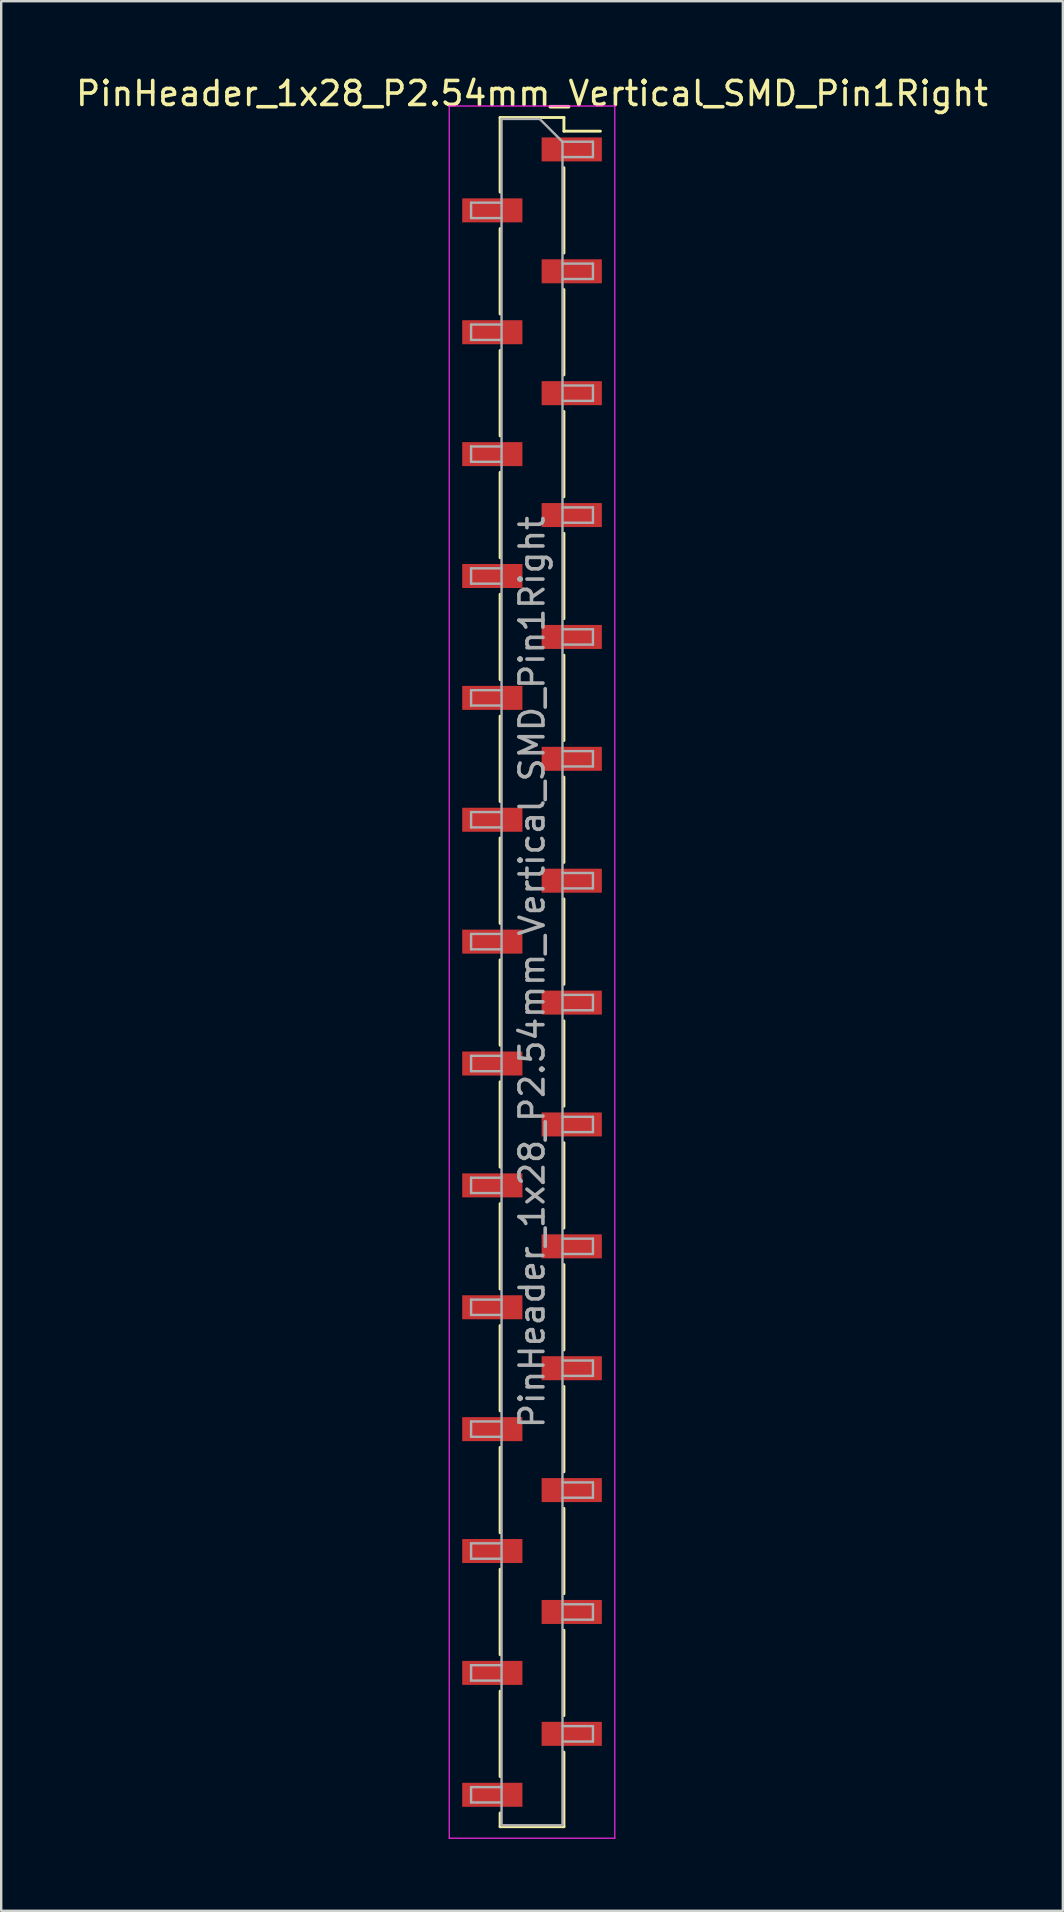
<source format=kicad_pcb>
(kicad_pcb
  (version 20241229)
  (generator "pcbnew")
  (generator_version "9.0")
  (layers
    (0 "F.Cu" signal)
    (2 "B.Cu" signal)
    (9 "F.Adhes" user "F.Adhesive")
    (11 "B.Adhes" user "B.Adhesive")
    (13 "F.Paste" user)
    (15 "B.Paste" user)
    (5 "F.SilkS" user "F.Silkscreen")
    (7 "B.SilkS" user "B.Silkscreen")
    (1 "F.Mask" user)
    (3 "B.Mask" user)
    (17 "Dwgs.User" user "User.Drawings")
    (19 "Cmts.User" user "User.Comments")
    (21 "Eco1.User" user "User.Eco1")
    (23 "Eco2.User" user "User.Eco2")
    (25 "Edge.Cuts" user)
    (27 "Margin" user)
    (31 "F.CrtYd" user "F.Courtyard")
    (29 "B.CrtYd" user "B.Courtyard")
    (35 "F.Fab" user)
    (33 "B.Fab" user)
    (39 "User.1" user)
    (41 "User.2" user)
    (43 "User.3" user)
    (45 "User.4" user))
  (footprint "PinHeader_1x28_P2.54mm_Vertical_SMD_Pin1Right"
    (layer "F.Cu")
    (at 19.125 37.468)
    (property "Reference" "PinHeader_1x28_P2.54mm_Vertical_SMD_Pin1Right" (at 0 -36.62 0) (layer "F.SilkS") (effects (font (size 1 1) (thickness 0.15))))
    (attr smd)
    (fp_line (start -1.33 -35.62) (end -1.33 -32.51) (stroke (width 0.12) (type solid)) (layer "F.SilkS"))
    (fp_line (start -1.33 -35.62) (end 1.33 -35.62) (stroke (width 0.12) (type solid)) (layer "F.SilkS"))
    (fp_line (start -1.33 -30.99) (end -1.33 -27.43) (stroke (width 0.12) (type solid)) (layer "F.SilkS"))
    (fp_line (start -1.33 -25.91) (end -1.33 -22.35) (stroke (width 0.12) (type solid)) (layer "F.SilkS"))
    (fp_line (start -1.33 -20.83) (end -1.33 -17.27) (stroke (width 0.12) (type solid)) (layer "F.SilkS"))
    (fp_line (start -1.33 -15.75) (end -1.33 -12.19) (stroke (width 0.12) (type solid)) (layer "F.SilkS"))
    (fp_line (start -1.33 -10.67) (end -1.33 -7.11) (stroke (width 0.12) (type solid)) (layer "F.SilkS"))
    (fp_line (start -1.33 -5.59) (end -1.33 -2.03) (stroke (width 0.12) (type solid)) (layer "F.SilkS"))
    (fp_line (start -1.33 -0.51) (end -1.33 3.05) (stroke (width 0.12) (type solid)) (layer "F.SilkS"))
    (fp_line (start -1.33 4.57) (end -1.33 8.13) (stroke (width 0.12) (type solid)) (layer "F.SilkS"))
    (fp_line (start -1.33 9.65) (end -1.33 13.21) (stroke (width 0.12) (type solid)) (layer "F.SilkS"))
    (fp_line (start -1.33 14.73) (end -1.33 18.29) (stroke (width 0.12) (type solid)) (layer "F.SilkS"))
    (fp_line (start -1.33 19.81) (end -1.33 23.37) (stroke (width 0.12) (type solid)) (layer "F.SilkS"))
    (fp_line (start -1.33 24.89) (end -1.33 28.45) (stroke (width 0.12) (type solid)) (layer "F.SilkS"))
    (fp_line (start -1.33 29.97) (end -1.33 33.53) (stroke (width 0.12) (type solid)) (layer "F.SilkS"))
    (fp_line (start -1.33 35.05) (end -1.33 35.62) (stroke (width 0.12) (type solid)) (layer "F.SilkS"))
    (fp_line (start -1.33 35.62) (end 1.33 35.62) (stroke (width 0.12) (type solid)) (layer "F.SilkS"))
    (fp_line (start 1.33 -35.62) (end 1.33 -35.05) (stroke (width 0.12) (type solid)) (layer "F.SilkS"))
    (fp_line (start 1.33 -35.05) (end 2.85 -35.05) (stroke (width 0.12) (type solid)) (layer "F.SilkS"))
    (fp_line (start 1.33 -33.53) (end 1.33 -29.97) (stroke (width 0.12) (type solid)) (layer "F.SilkS"))
    (fp_line (start 1.33 -28.45) (end 1.33 -24.89) (stroke (width 0.12) (type solid)) (layer "F.SilkS"))
    (fp_line (start 1.33 -23.37) (end 1.33 -19.81) (stroke (width 0.12) (type solid)) (layer "F.SilkS"))
    (fp_line (start 1.33 -18.29) (end 1.33 -14.73) (stroke (width 0.12) (type solid)) (layer "F.SilkS"))
    (fp_line (start 1.33 -13.21) (end 1.33 -9.65) (stroke (width 0.12) (type solid)) (layer "F.SilkS"))
    (fp_line (start 1.33 -8.13) (end 1.33 -4.57) (stroke (width 0.12) (type solid)) (layer "F.SilkS"))
    (fp_line (start 1.33 -3.05) (end 1.33 0.51) (stroke (width 0.12) (type solid)) (layer "F.SilkS"))
    (fp_line (start 1.33 2.03) (end 1.33 5.59) (stroke (width 0.12) (type solid)) (layer "F.SilkS"))
    (fp_line (start 1.33 7.11) (end 1.33 10.67) (stroke (width 0.12) (type solid)) (layer "F.SilkS"))
    (fp_line (start 1.33 12.19) (end 1.33 15.75) (stroke (width 0.12) (type solid)) (layer "F.SilkS"))
    (fp_line (start 1.33 17.27) (end 1.33 20.83) (stroke (width 0.12) (type solid)) (layer "F.SilkS"))
    (fp_line (start 1.33 22.35) (end 1.33 25.91) (stroke (width 0.12) (type solid)) (layer "F.SilkS"))
    (fp_line (start 1.33 27.43) (end 1.33 30.99) (stroke (width 0.12) (type solid)) (layer "F.SilkS"))
    (fp_line (start 1.33 32.51) (end 1.33 35.62) (stroke (width 0.12) (type solid)) (layer "F.SilkS"))
    (fp_line (start -3.45 -36.1) (end -3.45 36.1) (stroke (width 0.05) (type solid)) (layer "F.CrtYd"))
    (fp_line (start -3.45 36.1) (end 3.45 36.1) (stroke (width 0.05) (type solid)) (layer "F.CrtYd"))
    (fp_line (start 3.45 -36.1) (end -3.45 -36.1) (stroke (width 0.05) (type solid)) (layer "F.CrtYd"))
    (fp_line (start 3.45 36.1) (end 3.45 -36.1) (stroke (width 0.05) (type solid)) (layer "F.CrtYd"))
    (fp_line (start -2.54 -32.07) (end -2.54 -31.43) (stroke (width 0.1) (type solid)) (layer "F.Fab"))
    (fp_line (start -2.54 -31.43) (end -1.27 -31.43) (stroke (width 0.1) (type solid)) (layer "F.Fab"))
    (fp_line (start -2.54 -26.99) (end -2.54 -26.35) (stroke (width 0.1) (type solid)) (layer "F.Fab"))
    (fp_line (start -2.54 -26.35) (end -1.27 -26.35) (stroke (width 0.1) (type solid)) (layer "F.Fab"))
    (fp_line (start -2.54 -21.91) (end -2.54 -21.27) (stroke (width 0.1) (type solid)) (layer "F.Fab"))
    (fp_line (start -2.54 -21.27) (end -1.27 -21.27) (stroke (width 0.1) (type solid)) (layer "F.Fab"))
    (fp_line (start -2.54 -16.83) (end -2.54 -16.19) (stroke (width 0.1) (type solid)) (layer "F.Fab"))
    (fp_line (start -2.54 -16.19) (end -1.27 -16.19) (stroke (width 0.1) (type solid)) (layer "F.Fab"))
    (fp_line (start -2.54 -11.75) (end -2.54 -11.11) (stroke (width 0.1) (type solid)) (layer "F.Fab"))
    (fp_line (start -2.54 -11.11) (end -1.27 -11.11) (stroke (width 0.1) (type solid)) (layer "F.Fab"))
    (fp_line (start -2.54 -6.67) (end -2.54 -6.03) (stroke (width 0.1) (type solid)) (layer "F.Fab"))
    (fp_line (start -2.54 -6.03) (end -1.27 -6.03) (stroke (width 0.1) (type solid)) (layer "F.Fab"))
    (fp_line (start -2.54 -1.59) (end -2.54 -0.95) (stroke (width 0.1) (type solid)) (layer "F.Fab"))
    (fp_line (start -2.54 -0.95) (end -1.27 -0.95) (stroke (width 0.1) (type solid)) (layer "F.Fab"))
    (fp_line (start -2.54 3.49) (end -2.54 4.13) (stroke (width 0.1) (type solid)) (layer "F.Fab"))
    (fp_line (start -2.54 4.13) (end -1.27 4.13) (stroke (width 0.1) (type solid)) (layer "F.Fab"))
    (fp_line (start -2.54 8.57) (end -2.54 9.21) (stroke (width 0.1) (type solid)) (layer "F.Fab"))
    (fp_line (start -2.54 9.21) (end -1.27 9.21) (stroke (width 0.1) (type solid)) (layer "F.Fab"))
    (fp_line (start -2.54 13.65) (end -2.54 14.29) (stroke (width 0.1) (type solid)) (layer "F.Fab"))
    (fp_line (start -2.54 14.29) (end -1.27 14.29) (stroke (width 0.1) (type solid)) (layer "F.Fab"))
    (fp_line (start -2.54 18.73) (end -2.54 19.37) (stroke (width 0.1) (type solid)) (layer "F.Fab"))
    (fp_line (start -2.54 19.37) (end -1.27 19.37) (stroke (width 0.1) (type solid)) (layer "F.Fab"))
    (fp_line (start -2.54 23.81) (end -2.54 24.45) (stroke (width 0.1) (type solid)) (layer "F.Fab"))
    (fp_line (start -2.54 24.45) (end -1.27 24.45) (stroke (width 0.1) (type solid)) (layer "F.Fab"))
    (fp_line (start -2.54 28.89) (end -2.54 29.53) (stroke (width 0.1) (type solid)) (layer "F.Fab"))
    (fp_line (start -2.54 29.53) (end -1.27 29.53) (stroke (width 0.1) (type solid)) (layer "F.Fab"))
    (fp_line (start -2.54 33.97) (end -2.54 34.61) (stroke (width 0.1) (type solid)) (layer "F.Fab"))
    (fp_line (start -2.54 34.61) (end -1.27 34.61) (stroke (width 0.1) (type solid)) (layer "F.Fab"))
    (fp_line (start -1.27 -35.56) (end -1.27 35.56) (stroke (width 0.1) (type solid)) (layer "F.Fab"))
    (fp_line (start -1.27 -35.56) (end 0.32 -35.56) (stroke (width 0.1) (type solid)) (layer "F.Fab"))
    (fp_line (start -1.27 -32.07) (end -2.54 -32.07) (stroke (width 0.1) (type solid)) (layer "F.Fab"))
    (fp_line (start -1.27 -26.99) (end -2.54 -26.99) (stroke (width 0.1) (type solid)) (layer "F.Fab"))
    (fp_line (start -1.27 -21.91) (end -2.54 -21.91) (stroke (width 0.1) (type solid)) (layer "F.Fab"))
    (fp_line (start -1.27 -16.83) (end -2.54 -16.83) (stroke (width 0.1) (type solid)) (layer "F.Fab"))
    (fp_line (start -1.27 -11.75) (end -2.54 -11.75) (stroke (width 0.1) (type solid)) (layer "F.Fab"))
    (fp_line (start -1.27 -6.67) (end -2.54 -6.67) (stroke (width 0.1) (type solid)) (layer "F.Fab"))
    (fp_line (start -1.27 -1.59) (end -2.54 -1.59) (stroke (width 0.1) (type solid)) (layer "F.Fab"))
    (fp_line (start -1.27 3.49) (end -2.54 3.49) (stroke (width 0.1) (type solid)) (layer "F.Fab"))
    (fp_line (start -1.27 8.57) (end -2.54 8.57) (stroke (width 0.1) (type solid)) (layer "F.Fab"))
    (fp_line (start -1.27 13.65) (end -2.54 13.65) (stroke (width 0.1) (type solid)) (layer "F.Fab"))
    (fp_line (start -1.27 18.73) (end -2.54 18.73) (stroke (width 0.1) (type solid)) (layer "F.Fab"))
    (fp_line (start -1.27 23.81) (end -2.54 23.81) (stroke (width 0.1) (type solid)) (layer "F.Fab"))
    (fp_line (start -1.27 28.89) (end -2.54 28.89) (stroke (width 0.1) (type solid)) (layer "F.Fab"))
    (fp_line (start -1.27 33.97) (end -2.54 33.97) (stroke (width 0.1) (type solid)) (layer "F.Fab"))
    (fp_line (start 1.27 -34.61) (end 0.32 -35.56) (stroke (width 0.1) (type solid)) (layer "F.Fab"))
    (fp_line (start 1.27 -34.61) (end 2.54 -34.61) (stroke (width 0.1) (type solid)) (layer "F.Fab"))
    (fp_line (start 1.27 -29.53) (end 2.54 -29.53) (stroke (width 0.1) (type solid)) (layer "F.Fab"))
    (fp_line (start 1.27 -24.45) (end 2.54 -24.45) (stroke (width 0.1) (type solid)) (layer "F.Fab"))
    (fp_line (start 1.27 -19.37) (end 2.54 -19.37) (stroke (width 0.1) (type solid)) (layer "F.Fab"))
    (fp_line (start 1.27 -14.29) (end 2.54 -14.29) (stroke (width 0.1) (type solid)) (layer "F.Fab"))
    (fp_line (start 1.27 -9.21) (end 2.54 -9.21) (stroke (width 0.1) (type solid)) (layer "F.Fab"))
    (fp_line (start 1.27 -4.13) (end 2.54 -4.13) (stroke (width 0.1) (type solid)) (layer "F.Fab"))
    (fp_line (start 1.27 0.95) (end 2.54 0.95) (stroke (width 0.1) (type solid)) (layer "F.Fab"))
    (fp_line (start 1.27 6.03) (end 2.54 6.03) (stroke (width 0.1) (type solid)) (layer "F.Fab"))
    (fp_line (start 1.27 11.11) (end 2.54 11.11) (stroke (width 0.1) (type solid)) (layer "F.Fab"))
    (fp_line (start 1.27 16.19) (end 2.54 16.19) (stroke (width 0.1) (type solid)) (layer "F.Fab"))
    (fp_line (start 1.27 21.27) (end 2.54 21.27) (stroke (width 0.1) (type solid)) (layer "F.Fab"))
    (fp_line (start 1.27 26.35) (end 2.54 26.35) (stroke (width 0.1) (type solid)) (layer "F.Fab"))
    (fp_line (start 1.27 31.43) (end 2.54 31.43) (stroke (width 0.1) (type solid)) (layer "F.Fab"))
    (fp_line (start 1.27 35.56) (end -1.27 35.56) (stroke (width 0.1) (type solid)) (layer "F.Fab"))
    (fp_line (start 1.27 35.56) (end 1.27 -34.61) (stroke (width 0.1) (type solid)) (layer "F.Fab"))
    (fp_line (start 2.54 -34.61) (end 2.54 -33.97) (stroke (width 0.1) (type solid)) (layer "F.Fab"))
    (fp_line (start 2.54 -33.97) (end 1.27 -33.97) (stroke (width 0.1) (type solid)) (layer "F.Fab"))
    (fp_line (start 2.54 -29.53) (end 2.54 -28.89) (stroke (width 0.1) (type solid)) (layer "F.Fab"))
    (fp_line (start 2.54 -28.89) (end 1.27 -28.89) (stroke (width 0.1) (type solid)) (layer "F.Fab"))
    (fp_line (start 2.54 -24.45) (end 2.54 -23.81) (stroke (width 0.1) (type solid)) (layer "F.Fab"))
    (fp_line (start 2.54 -23.81) (end 1.27 -23.81) (stroke (width 0.1) (type solid)) (layer "F.Fab"))
    (fp_line (start 2.54 -19.37) (end 2.54 -18.73) (stroke (width 0.1) (type solid)) (layer "F.Fab"))
    (fp_line (start 2.54 -18.73) (end 1.27 -18.73) (stroke (width 0.1) (type solid)) (layer "F.Fab"))
    (fp_line (start 2.54 -14.29) (end 2.54 -13.65) (stroke (width 0.1) (type solid)) (layer "F.Fab"))
    (fp_line (start 2.54 -13.65) (end 1.27 -13.65) (stroke (width 0.1) (type solid)) (layer "F.Fab"))
    (fp_line (start 2.54 -9.21) (end 2.54 -8.57) (stroke (width 0.1) (type solid)) (layer "F.Fab"))
    (fp_line (start 2.54 -8.57) (end 1.27 -8.57) (stroke (width 0.1) (type solid)) (layer "F.Fab"))
    (fp_line (start 2.54 -4.13) (end 2.54 -3.49) (stroke (width 0.1) (type solid)) (layer "F.Fab"))
    (fp_line (start 2.54 -3.49) (end 1.27 -3.49) (stroke (width 0.1) (type solid)) (layer "F.Fab"))
    (fp_line (start 2.54 0.95) (end 2.54 1.59) (stroke (width 0.1) (type solid)) (layer "F.Fab"))
    (fp_line (start 2.54 1.59) (end 1.27 1.59) (stroke (width 0.1) (type solid)) (layer "F.Fab"))
    (fp_line (start 2.54 6.03) (end 2.54 6.67) (stroke (width 0.1) (type solid)) (layer "F.Fab"))
    (fp_line (start 2.54 6.67) (end 1.27 6.67) (stroke (width 0.1) (type solid)) (layer "F.Fab"))
    (fp_line (start 2.54 11.11) (end 2.54 11.75) (stroke (width 0.1) (type solid)) (layer "F.Fab"))
    (fp_line (start 2.54 11.75) (end 1.27 11.75) (stroke (width 0.1) (type solid)) (layer "F.Fab"))
    (fp_line (start 2.54 16.19) (end 2.54 16.83) (stroke (width 0.1) (type solid)) (layer "F.Fab"))
    (fp_line (start 2.54 16.83) (end 1.27 16.83) (stroke (width 0.1) (type solid)) (layer "F.Fab"))
    (fp_line (start 2.54 21.27) (end 2.54 21.91) (stroke (width 0.1) (type solid)) (layer "F.Fab"))
    (fp_line (start 2.54 21.91) (end 1.27 21.91) (stroke (width 0.1) (type solid)) (layer "F.Fab"))
    (fp_line (start 2.54 26.35) (end 2.54 26.99) (stroke (width 0.1) (type solid)) (layer "F.Fab"))
    (fp_line (start 2.54 26.99) (end 1.27 26.99) (stroke (width 0.1) (type solid)) (layer "F.Fab"))
    (fp_line (start 2.54 31.43) (end 2.54 32.07) (stroke (width 0.1) (type solid)) (layer "F.Fab"))
    (fp_line (start 2.54 32.07) (end 1.27 32.07) (stroke (width 0.1) (type solid)) (layer "F.Fab"))
    (fp_text user "${REFERENCE}" (at 0 0 90) (layer "F.Fab") (effects (font (size 1 1) (thickness 0.15))))
    (pad "1" smd rect (at 1.655 -34.29) (size 2.51 1) (layers "F.Cu" "F.Mask" "F.Paste"))
    (pad "2" smd rect (at -1.655 -31.75) (size 2.51 1) (layers "F.Cu" "F.Mask" "F.Paste"))
    (pad "3" smd rect (at 1.655 -29.21) (size 2.51 1) (layers "F.Cu" "F.Mask" "F.Paste"))
    (pad "4" smd rect (at -1.655 -26.67) (size 2.51 1) (layers "F.Cu" "F.Mask" "F.Paste"))
    (pad "5" smd rect (at 1.655 -24.13) (size 2.51 1) (layers "F.Cu" "F.Mask" "F.Paste"))
    (pad "6" smd rect (at -1.655 -21.59) (size 2.51 1) (layers "F.Cu" "F.Mask" "F.Paste"))
    (pad "7" smd rect (at 1.655 -19.05) (size 2.51 1) (layers "F.Cu" "F.Mask" "F.Paste"))
    (pad "8" smd rect (at -1.655 -16.51) (size 2.51 1) (layers "F.Cu" "F.Mask" "F.Paste"))
    (pad "9" smd rect (at 1.655 -13.97) (size 2.51 1) (layers "F.Cu" "F.Mask" "F.Paste"))
    (pad "10" smd rect (at -1.655 -11.43) (size 2.51 1) (layers "F.Cu" "F.Mask" "F.Paste"))
    (pad "11" smd rect (at 1.655 -8.89) (size 2.51 1) (layers "F.Cu" "F.Mask" "F.Paste"))
    (pad "12" smd rect (at -1.655 -6.35) (size 2.51 1) (layers "F.Cu" "F.Mask" "F.Paste"))
    (pad "13" smd rect (at 1.655 -3.81) (size 2.51 1) (layers "F.Cu" "F.Mask" "F.Paste"))
    (pad "14" smd rect (at -1.655 -1.27) (size 2.51 1) (layers "F.Cu" "F.Mask" "F.Paste"))
    (pad "15" smd rect (at 1.655 1.27) (size 2.51 1) (layers "F.Cu" "F.Mask" "F.Paste"))
    (pad "16" smd rect (at -1.655 3.81) (size 2.51 1) (layers "F.Cu" "F.Mask" "F.Paste"))
    (pad "17" smd rect (at 1.655 6.35) (size 2.51 1) (layers "F.Cu" "F.Mask" "F.Paste"))
    (pad "18" smd rect (at -1.655 8.89) (size 2.51 1) (layers "F.Cu" "F.Mask" "F.Paste"))
    (pad "19" smd rect (at 1.655 11.43) (size 2.51 1) (layers "F.Cu" "F.Mask" "F.Paste"))
    (pad "20" smd rect (at -1.655 13.97) (size 2.51 1) (layers "F.Cu" "F.Mask" "F.Paste"))
    (pad "21" smd rect (at 1.655 16.51) (size 2.51 1) (layers "F.Cu" "F.Mask" "F.Paste"))
    (pad "22" smd rect (at -1.655 19.05) (size 2.51 1) (layers "F.Cu" "F.Mask" "F.Paste"))
    (pad "23" smd rect (at 1.655 21.59) (size 2.51 1) (layers "F.Cu" "F.Mask" "F.Paste"))
    (pad "24" smd rect (at -1.655 24.13) (size 2.51 1) (layers "F.Cu" "F.Mask" "F.Paste"))
    (pad "25" smd rect (at 1.655 26.67) (size 2.51 1) (layers "F.Cu" "F.Mask" "F.Paste"))
    (pad "26" smd rect (at -1.655 29.21) (size 2.51 1) (layers "F.Cu" "F.Mask" "F.Paste"))
    (pad "27" smd rect (at 1.655 31.75) (size 2.51 1) (layers "F.Cu" "F.Mask" "F.Paste"))
    (pad "28" smd rect (at -1.655 34.29) (size 2.51 1) (layers "F.Cu" "F.Mask" "F.Paste")))
  (gr_rect
    (start -3 -3)
    (end 41.25 76.593)
    (stroke (width 0.1) (type default))
    (fill no)
    (layer "Edge.Cuts")))
</source>
